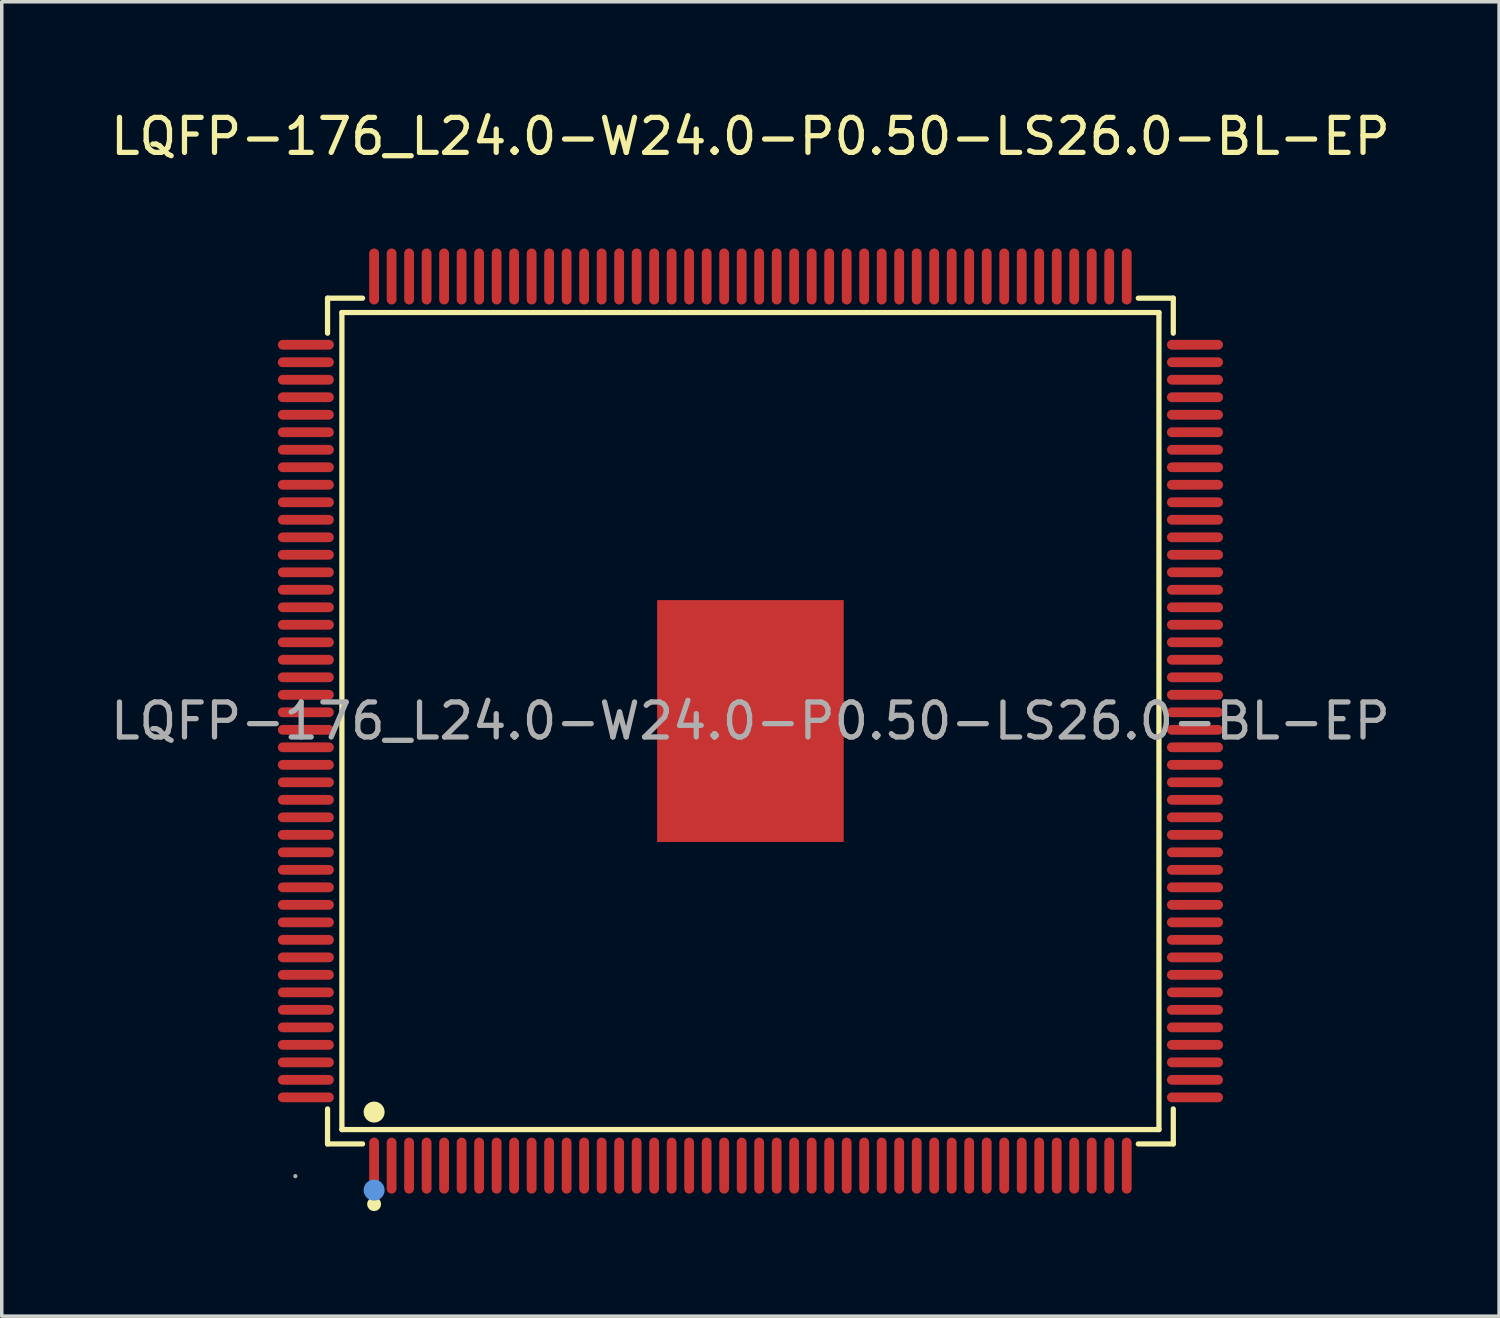
<source format=kicad_pcb>
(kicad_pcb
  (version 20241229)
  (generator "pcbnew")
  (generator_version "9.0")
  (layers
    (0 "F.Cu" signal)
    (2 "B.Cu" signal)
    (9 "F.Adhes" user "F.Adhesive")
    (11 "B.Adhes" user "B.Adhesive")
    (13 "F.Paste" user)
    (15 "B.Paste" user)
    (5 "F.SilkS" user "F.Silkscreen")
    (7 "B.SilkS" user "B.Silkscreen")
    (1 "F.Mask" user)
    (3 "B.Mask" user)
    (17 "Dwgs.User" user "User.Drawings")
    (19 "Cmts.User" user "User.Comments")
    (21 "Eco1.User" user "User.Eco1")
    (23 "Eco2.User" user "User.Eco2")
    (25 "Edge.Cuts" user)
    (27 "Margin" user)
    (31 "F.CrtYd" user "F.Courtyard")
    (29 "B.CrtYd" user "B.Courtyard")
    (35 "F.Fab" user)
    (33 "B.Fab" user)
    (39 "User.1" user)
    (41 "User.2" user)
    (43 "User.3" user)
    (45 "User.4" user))
  (footprint "LQFP-176_L24.0-W24.0-P0.50-LS26.0-BL-EP"
    (layer "F.Cu")
    (at 18.387 17.548)
    (property "Reference" "LQFP-176_L24.0-W24.0-P0.50-LS26.0-BL-EP" (at 0 -16.7 0) (layer "F.SilkS") (effects (font (size 1 1) (thickness 0.15))))
    (attr through_hole)
    (fp_line (start -12.08 -12.08) (end -11.08 -12.08) (stroke (width 0.15) (type solid)) (layer "F.SilkS"))
    (fp_line (start -12.08 -11.08) (end -12.08 -12.08) (stroke (width 0.15) (type solid)) (layer "F.SilkS"))
    (fp_line (start -12.08 11.08) (end -12.08 12.08) (stroke (width 0.15) (type solid)) (layer "F.SilkS"))
    (fp_line (start -12.08 12.08) (end -11.08 12.08) (stroke (width 0.15) (type solid)) (layer "F.SilkS"))
    (fp_line (start -11.67 -11.67) (end 11.67 -11.67) (stroke (width 0.15) (type solid)) (layer "F.SilkS"))
    (fp_line (start -11.67 11.67) (end -11.67 -11.67) (stroke (width 0.15) (type solid)) (layer "F.SilkS"))
    (fp_line (start 11.67 -11.67) (end 11.67 11.67) (stroke (width 0.15) (type solid)) (layer "F.SilkS"))
    (fp_line (start 11.67 11.67) (end -11.67 11.67) (stroke (width 0.15) (type solid)) (layer "F.SilkS"))
    (fp_line (start 12.08 -12.08) (end 11.08 -12.08) (stroke (width 0.15) (type solid)) (layer "F.SilkS"))
    (fp_line (start 12.08 -11.08) (end 12.08 -12.08) (stroke (width 0.15) (type solid)) (layer "F.SilkS"))
    (fp_line (start 12.08 11.08) (end 12.08 12.08) (stroke (width 0.15) (type solid)) (layer "F.SilkS"))
    (fp_line (start 12.08 12.08) (end 11.08 12.08) (stroke (width 0.15) (type solid)) (layer "F.SilkS"))
    (fp_circle (center -10.75 11.17) (end -10.6 11.17) (stroke (width 0.3) (type solid)) (fill no) (layer "F.SilkS"))
    (fp_circle (center -10.75 13.8) (end -10.65 13.8) (stroke (width 0.2) (type solid)) (fill no) (layer "F.SilkS"))
    (fp_circle (center -10.75 13.4) (end -10.6 13.4) (stroke (width 0.3) (type solid)) (fill no) (layer "Cmts.User"))
    (fp_circle (center -13 13) (end -12.97 13) (stroke (width 0.06) (type solid)) (fill no) (layer "F.Fab"))
    (fp_text user "${REFERENCE}" (at 0 0 0) (layer "F.Fab") (effects (font (size 1 1) (thickness 0.15))))
    (pad "1" smd oval (at -10.75 12.7) (size 0.28 1.6) (layers "F.Cu" "F.Mask" "F.Paste"))
    (pad "2" smd oval (at -10.25 12.7) (size 0.28 1.6) (layers "F.Cu" "F.Mask" "F.Paste"))
    (pad "3" smd oval (at -9.75 12.7) (size 0.28 1.6) (layers "F.Cu" "F.Mask" "F.Paste"))
    (pad "4" smd oval (at -9.25 12.7) (size 0.28 1.6) (layers "F.Cu" "F.Mask" "F.Paste"))
    (pad "5" smd oval (at -8.75 12.7) (size 0.28 1.6) (layers "F.Cu" "F.Mask" "F.Paste"))
    (pad "6" smd oval (at -8.25 12.7) (size 0.28 1.6) (layers "F.Cu" "F.Mask" "F.Paste"))
    (pad "7" smd oval (at -7.75 12.7) (size 0.28 1.6) (layers "F.Cu" "F.Mask" "F.Paste"))
    (pad "8" smd oval (at -7.25 12.7) (size 0.28 1.6) (layers "F.Cu" "F.Mask" "F.Paste"))
    (pad "9" smd oval (at -6.75 12.7) (size 0.28 1.6) (layers "F.Cu" "F.Mask" "F.Paste"))
    (pad "10" smd oval (at -6.25 12.7) (size 0.28 1.6) (layers "F.Cu" "F.Mask" "F.Paste"))
    (pad "11" smd oval (at -5.75 12.7) (size 0.28 1.6) (layers "F.Cu" "F.Mask" "F.Paste"))
    (pad "12" smd oval (at -5.25 12.7) (size 0.28 1.6) (layers "F.Cu" "F.Mask" "F.Paste"))
    (pad "13" smd oval (at -4.75 12.7) (size 0.28 1.6) (layers "F.Cu" "F.Mask" "F.Paste"))
    (pad "14" smd oval (at -4.25 12.7) (size 0.28 1.6) (layers "F.Cu" "F.Mask" "F.Paste"))
    (pad "15" smd oval (at -3.75 12.7) (size 0.28 1.6) (layers "F.Cu" "F.Mask" "F.Paste"))
    (pad "16" smd oval (at -3.25 12.7) (size 0.28 1.6) (layers "F.Cu" "F.Mask" "F.Paste"))
    (pad "17" smd oval (at -2.75 12.7) (size 0.28 1.6) (layers "F.Cu" "F.Mask" "F.Paste"))
    (pad "18" smd oval (at -2.25 12.7) (size 0.28 1.6) (layers "F.Cu" "F.Mask" "F.Paste"))
    (pad "19" smd oval (at -1.75 12.7) (size 0.28 1.6) (layers "F.Cu" "F.Mask" "F.Paste"))
    (pad "20" smd oval (at -1.25 12.7) (size 0.28 1.6) (layers "F.Cu" "F.Mask" "F.Paste"))
    (pad "21" smd oval (at -0.75 12.7) (size 0.28 1.6) (layers "F.Cu" "F.Mask" "F.Paste"))
    (pad "22" smd oval (at -0.25 12.7) (size 0.28 1.6) (layers "F.Cu" "F.Mask" "F.Paste"))
    (pad "23" smd oval (at 0.25 12.7) (size 0.28 1.6) (layers "F.Cu" "F.Mask" "F.Paste"))
    (pad "24" smd oval (at 0.75 12.7) (size 0.28 1.6) (layers "F.Cu" "F.Mask" "F.Paste"))
    (pad "25" smd oval (at 1.25 12.7) (size 0.28 1.6) (layers "F.Cu" "F.Mask" "F.Paste"))
    (pad "26" smd oval (at 1.75 12.7) (size 0.28 1.6) (layers "F.Cu" "F.Mask" "F.Paste"))
    (pad "27" smd oval (at 2.25 12.7) (size 0.28 1.6) (layers "F.Cu" "F.Mask" "F.Paste"))
    (pad "28" smd oval (at 2.75 12.7) (size 0.28 1.6) (layers "F.Cu" "F.Mask" "F.Paste"))
    (pad "29" smd oval (at 3.25 12.7) (size 0.28 1.6) (layers "F.Cu" "F.Mask" "F.Paste"))
    (pad "30" smd oval (at 3.75 12.7) (size 0.28 1.6) (layers "F.Cu" "F.Mask" "F.Paste"))
    (pad "31" smd oval (at 4.25 12.7) (size 0.28 1.6) (layers "F.Cu" "F.Mask" "F.Paste"))
    (pad "32" smd oval (at 4.75 12.7) (size 0.28 1.6) (layers "F.Cu" "F.Mask" "F.Paste"))
    (pad "33" smd oval (at 5.25 12.7) (size 0.28 1.6) (layers "F.Cu" "F.Mask" "F.Paste"))
    (pad "34" smd oval (at 5.75 12.7) (size 0.28 1.6) (layers "F.Cu" "F.Mask" "F.Paste"))
    (pad "35" smd oval (at 6.25 12.7) (size 0.28 1.6) (layers "F.Cu" "F.Mask" "F.Paste"))
    (pad "36" smd oval (at 6.75 12.7) (size 0.28 1.6) (layers "F.Cu" "F.Mask" "F.Paste"))
    (pad "37" smd oval (at 7.25 12.7) (size 0.28 1.6) (layers "F.Cu" "F.Mask" "F.Paste"))
    (pad "38" smd oval (at 7.75 12.7) (size 0.28 1.6) (layers "F.Cu" "F.Mask" "F.Paste"))
    (pad "39" smd oval (at 8.25 12.7) (size 0.28 1.6) (layers "F.Cu" "F.Mask" "F.Paste"))
    (pad "40" smd oval (at 8.75 12.7) (size 0.28 1.6) (layers "F.Cu" "F.Mask" "F.Paste"))
    (pad "41" smd oval (at 9.25 12.7) (size 0.28 1.6) (layers "F.Cu" "F.Mask" "F.Paste"))
    (pad "42" smd oval (at 9.75 12.7) (size 0.28 1.6) (layers "F.Cu" "F.Mask" "F.Paste"))
    (pad "43" smd oval (at 10.25 12.7) (size 0.28 1.6) (layers "F.Cu" "F.Mask" "F.Paste"))
    (pad "44" smd oval (at 10.75 12.7) (size 0.28 1.6) (layers "F.Cu" "F.Mask" "F.Paste"))
    (pad "45" smd oval (at 12.7 10.75) (size 1.6 0.28) (layers "F.Cu" "F.Mask" "F.Paste"))
    (pad "46" smd oval (at 12.7 10.25) (size 1.6 0.28) (layers "F.Cu" "F.Mask" "F.Paste"))
    (pad "47" smd oval (at 12.7 9.75) (size 1.6 0.28) (layers "F.Cu" "F.Mask" "F.Paste"))
    (pad "48" smd oval (at 12.7 9.25) (size 1.6 0.28) (layers "F.Cu" "F.Mask" "F.Paste"))
    (pad "49" smd oval (at 12.7 8.75) (size 1.6 0.28) (layers "F.Cu" "F.Mask" "F.Paste"))
    (pad "50" smd oval (at 12.7 8.25) (size 1.6 0.28) (layers "F.Cu" "F.Mask" "F.Paste"))
    (pad "51" smd oval (at 12.7 7.75) (size 1.6 0.28) (layers "F.Cu" "F.Mask" "F.Paste"))
    (pad "52" smd oval (at 12.7 7.25) (size 1.6 0.28) (layers "F.Cu" "F.Mask" "F.Paste"))
    (pad "53" smd oval (at 12.7 6.75) (size 1.6 0.28) (layers "F.Cu" "F.Mask" "F.Paste"))
    (pad "54" smd oval (at 12.7 6.25) (size 1.6 0.28) (layers "F.Cu" "F.Mask" "F.Paste"))
    (pad "55" smd oval (at 12.7 5.75) (size 1.6 0.28) (layers "F.Cu" "F.Mask" "F.Paste"))
    (pad "56" smd oval (at 12.7 5.25) (size 1.6 0.28) (layers "F.Cu" "F.Mask" "F.Paste"))
    (pad "57" smd oval (at 12.7 4.75) (size 1.6 0.28) (layers "F.Cu" "F.Mask" "F.Paste"))
    (pad "58" smd oval (at 12.7 4.25) (size 1.6 0.28) (layers "F.Cu" "F.Mask" "F.Paste"))
    (pad "59" smd oval (at 12.7 3.75) (size 1.6 0.28) (layers "F.Cu" "F.Mask" "F.Paste"))
    (pad "60" smd oval (at 12.7 3.25) (size 1.6 0.28) (layers "F.Cu" "F.Mask" "F.Paste"))
    (pad "61" smd oval (at 12.7 2.75) (size 1.6 0.28) (layers "F.Cu" "F.Mask" "F.Paste"))
    (pad "62" smd oval (at 12.7 2.25) (size 1.6 0.28) (layers "F.Cu" "F.Mask" "F.Paste"))
    (pad "63" smd oval (at 12.7 1.75) (size 1.6 0.28) (layers "F.Cu" "F.Mask" "F.Paste"))
    (pad "64" smd oval (at 12.7 1.25) (size 1.6 0.28) (layers "F.Cu" "F.Mask" "F.Paste"))
    (pad "65" smd oval (at 12.7 0.75) (size 1.6 0.28) (layers "F.Cu" "F.Mask" "F.Paste"))
    (pad "66" smd oval (at 12.7 0.25) (size 1.6 0.28) (layers "F.Cu" "F.Mask" "F.Paste"))
    (pad "67" smd oval (at 12.7 -0.25) (size 1.6 0.28) (layers "F.Cu" "F.Mask" "F.Paste"))
    (pad "68" smd oval (at 12.7 -0.75) (size 1.6 0.28) (layers "F.Cu" "F.Mask" "F.Paste"))
    (pad "69" smd oval (at 12.7 -1.25) (size 1.6 0.28) (layers "F.Cu" "F.Mask" "F.Paste"))
    (pad "70" smd oval (at 12.7 -1.75) (size 1.6 0.28) (layers "F.Cu" "F.Mask" "F.Paste"))
    (pad "71" smd oval (at 12.7 -2.25) (size 1.6 0.28) (layers "F.Cu" "F.Mask" "F.Paste"))
    (pad "72" smd oval (at 12.7 -2.75) (size 1.6 0.28) (layers "F.Cu" "F.Mask" "F.Paste"))
    (pad "73" smd oval (at 12.7 -3.25) (size 1.6 0.28) (layers "F.Cu" "F.Mask" "F.Paste"))
    (pad "74" smd oval (at 12.7 -3.75) (size 1.6 0.28) (layers "F.Cu" "F.Mask" "F.Paste"))
    (pad "75" smd oval (at 12.7 -4.25) (size 1.6 0.28) (layers "F.Cu" "F.Mask" "F.Paste"))
    (pad "76" smd oval (at 12.7 -4.75) (size 1.6 0.28) (layers "F.Cu" "F.Mask" "F.Paste"))
    (pad "77" smd oval (at 12.7 -5.25) (size 1.6 0.28) (layers "F.Cu" "F.Mask" "F.Paste"))
    (pad "78" smd oval (at 12.7 -5.75) (size 1.6 0.28) (layers "F.Cu" "F.Mask" "F.Paste"))
    (pad "79" smd oval (at 12.7 -6.25) (size 1.6 0.28) (layers "F.Cu" "F.Mask" "F.Paste"))
    (pad "80" smd oval (at 12.7 -6.75) (size 1.6 0.28) (layers "F.Cu" "F.Mask" "F.Paste"))
    (pad "81" smd oval (at 12.7 -7.25) (size 1.6 0.28) (layers "F.Cu" "F.Mask" "F.Paste"))
    (pad "82" smd oval (at 12.7 -7.75) (size 1.6 0.28) (layers "F.Cu" "F.Mask" "F.Paste"))
    (pad "83" smd oval (at 12.7 -8.25) (size 1.6 0.28) (layers "F.Cu" "F.Mask" "F.Paste"))
    (pad "84" smd oval (at 12.7 -8.75) (size 1.6 0.28) (layers "F.Cu" "F.Mask" "F.Paste"))
    (pad "85" smd oval (at 12.7 -9.25) (size 1.6 0.28) (layers "F.Cu" "F.Mask" "F.Paste"))
    (pad "86" smd oval (at 12.7 -9.75) (size 1.6 0.28) (layers "F.Cu" "F.Mask" "F.Paste"))
    (pad "87" smd oval (at 12.7 -10.25) (size 1.6 0.28) (layers "F.Cu" "F.Mask" "F.Paste"))
    (pad "88" smd oval (at 12.7 -10.75) (size 1.6 0.28) (layers "F.Cu" "F.Mask" "F.Paste"))
    (pad "89" smd oval (at 10.75 -12.7) (size 0.28 1.6) (layers "F.Cu" "F.Mask" "F.Paste"))
    (pad "90" smd oval (at 10.25 -12.7) (size 0.28 1.6) (layers "F.Cu" "F.Mask" "F.Paste"))
    (pad "91" smd oval (at 9.75 -12.7) (size 0.28 1.6) (layers "F.Cu" "F.Mask" "F.Paste"))
    (pad "92" smd oval (at 9.25 -12.7) (size 0.28 1.6) (layers "F.Cu" "F.Mask" "F.Paste"))
    (pad "93" smd oval (at 8.75 -12.7) (size 0.28 1.6) (layers "F.Cu" "F.Mask" "F.Paste"))
    (pad "94" smd oval (at 8.25 -12.7) (size 0.28 1.6) (layers "F.Cu" "F.Mask" "F.Paste"))
    (pad "95" smd oval (at 7.75 -12.7) (size 0.28 1.6) (layers "F.Cu" "F.Mask" "F.Paste"))
    (pad "96" smd oval (at 7.25 -12.7) (size 0.28 1.6) (layers "F.Cu" "F.Mask" "F.Paste"))
    (pad "97" smd oval (at 6.75 -12.7) (size 0.28 1.6) (layers "F.Cu" "F.Mask" "F.Paste"))
    (pad "98" smd oval (at 6.25 -12.7) (size 0.28 1.6) (layers "F.Cu" "F.Mask" "F.Paste"))
    (pad "99" smd oval (at 5.75 -12.7) (size 0.28 1.6) (layers "F.Cu" "F.Mask" "F.Paste"))
    (pad "100" smd oval (at 5.25 -12.7) (size 0.28 1.6) (layers "F.Cu" "F.Mask" "F.Paste"))
    (pad "101" smd oval (at 4.75 -12.7) (size 0.28 1.6) (layers "F.Cu" "F.Mask" "F.Paste"))
    (pad "102" smd oval (at 4.25 -12.7) (size 0.28 1.6) (layers "F.Cu" "F.Mask" "F.Paste"))
    (pad "103" smd oval (at 3.75 -12.7) (size 0.28 1.6) (layers "F.Cu" "F.Mask" "F.Paste"))
    (pad "104" smd oval (at 3.25 -12.7) (size 0.28 1.6) (layers "F.Cu" "F.Mask" "F.Paste"))
    (pad "105" smd oval (at 2.75 -12.7) (size 0.28 1.6) (layers "F.Cu" "F.Mask" "F.Paste"))
    (pad "106" smd oval (at 2.25 -12.7) (size 0.28 1.6) (layers "F.Cu" "F.Mask" "F.Paste"))
    (pad "107" smd oval (at 1.75 -12.7) (size 0.28 1.6) (layers "F.Cu" "F.Mask" "F.Paste"))
    (pad "108" smd oval (at 1.25 -12.7) (size 0.28 1.6) (layers "F.Cu" "F.Mask" "F.Paste"))
    (pad "109" smd oval (at 0.75 -12.7) (size 0.28 1.6) (layers "F.Cu" "F.Mask" "F.Paste"))
    (pad "110" smd oval (at 0.25 -12.7) (size 0.28 1.6) (layers "F.Cu" "F.Mask" "F.Paste"))
    (pad "111" smd oval (at -0.25 -12.7) (size 0.28 1.6) (layers "F.Cu" "F.Mask" "F.Paste"))
    (pad "112" smd oval (at -0.75 -12.7) (size 0.28 1.6) (layers "F.Cu" "F.Mask" "F.Paste"))
    (pad "113" smd oval (at -1.25 -12.7) (size 0.28 1.6) (layers "F.Cu" "F.Mask" "F.Paste"))
    (pad "114" smd oval (at -1.75 -12.7) (size 0.28 1.6) (layers "F.Cu" "F.Mask" "F.Paste"))
    (pad "115" smd oval (at -2.25 -12.7) (size 0.28 1.6) (layers "F.Cu" "F.Mask" "F.Paste"))
    (pad "116" smd oval (at -2.75 -12.7) (size 0.28 1.6) (layers "F.Cu" "F.Mask" "F.Paste"))
    (pad "117" smd oval (at -3.25 -12.7) (size 0.28 1.6) (layers "F.Cu" "F.Mask" "F.Paste"))
    (pad "118" smd oval (at -3.75 -12.7) (size 0.28 1.6) (layers "F.Cu" "F.Mask" "F.Paste"))
    (pad "119" smd oval (at -4.25 -12.7) (size 0.28 1.6) (layers "F.Cu" "F.Mask" "F.Paste"))
    (pad "120" smd oval (at -4.75 -12.7) (size 0.28 1.6) (layers "F.Cu" "F.Mask" "F.Paste"))
    (pad "121" smd oval (at -5.25 -12.7) (size 0.28 1.6) (layers "F.Cu" "F.Mask" "F.Paste"))
    (pad "122" smd oval (at -5.75 -12.7) (size 0.28 1.6) (layers "F.Cu" "F.Mask" "F.Paste"))
    (pad "123" smd oval (at -6.25 -12.7) (size 0.28 1.6) (layers "F.Cu" "F.Mask" "F.Paste"))
    (pad "124" smd oval (at -6.75 -12.7) (size 0.28 1.6) (layers "F.Cu" "F.Mask" "F.Paste"))
    (pad "125" smd oval (at -7.25 -12.7) (size 0.28 1.6) (layers "F.Cu" "F.Mask" "F.Paste"))
    (pad "126" smd oval (at -7.75 -12.7) (size 0.28 1.6) (layers "F.Cu" "F.Mask" "F.Paste"))
    (pad "127" smd oval (at -8.25 -12.7) (size 0.28 1.6) (layers "F.Cu" "F.Mask" "F.Paste"))
    (pad "128" smd oval (at -8.75 -12.7) (size 0.28 1.6) (layers "F.Cu" "F.Mask" "F.Paste"))
    (pad "129" smd oval (at -9.25 -12.7) (size 0.28 1.6) (layers "F.Cu" "F.Mask" "F.Paste"))
    (pad "130" smd oval (at -9.75 -12.7) (size 0.28 1.6) (layers "F.Cu" "F.Mask" "F.Paste"))
    (pad "131" smd oval (at -10.25 -12.7) (size 0.28 1.6) (layers "F.Cu" "F.Mask" "F.Paste"))
    (pad "132" smd oval (at -10.75 -12.7) (size 0.28 1.6) (layers "F.Cu" "F.Mask" "F.Paste"))
    (pad "133" smd oval (at -12.7 -10.75) (size 1.6 0.28) (layers "F.Cu" "F.Mask" "F.Paste"))
    (pad "134" smd oval (at -12.7 -10.25) (size 1.6 0.28) (layers "F.Cu" "F.Mask" "F.Paste"))
    (pad "135" smd oval (at -12.7 -9.75) (size 1.6 0.28) (layers "F.Cu" "F.Mask" "F.Paste"))
    (pad "136" smd oval (at -12.7 -9.25) (size 1.6 0.28) (layers "F.Cu" "F.Mask" "F.Paste"))
    (pad "137" smd oval (at -12.7 -8.75) (size 1.6 0.28) (layers "F.Cu" "F.Mask" "F.Paste"))
    (pad "138" smd oval (at -12.7 -8.25) (size 1.6 0.28) (layers "F.Cu" "F.Mask" "F.Paste"))
    (pad "139" smd oval (at -12.7 -7.75) (size 1.6 0.28) (layers "F.Cu" "F.Mask" "F.Paste"))
    (pad "140" smd oval (at -12.7 -7.25) (size 1.6 0.28) (layers "F.Cu" "F.Mask" "F.Paste"))
    (pad "141" smd oval (at -12.7 -6.75) (size 1.6 0.28) (layers "F.Cu" "F.Mask" "F.Paste"))
    (pad "142" smd oval (at -12.7 -6.25) (size 1.6 0.28) (layers "F.Cu" "F.Mask" "F.Paste"))
    (pad "143" smd oval (at -12.7 -5.75) (size 1.6 0.28) (layers "F.Cu" "F.Mask" "F.Paste"))
    (pad "144" smd oval (at -12.7 -5.25) (size 1.6 0.28) (layers "F.Cu" "F.Mask" "F.Paste"))
    (pad "145" smd oval (at -12.7 -4.75) (size 1.6 0.28) (layers "F.Cu" "F.Mask" "F.Paste"))
    (pad "146" smd oval (at -12.7 -4.25) (size 1.6 0.28) (layers "F.Cu" "F.Mask" "F.Paste"))
    (pad "147" smd oval (at -12.7 -3.75) (size 1.6 0.28) (layers "F.Cu" "F.Mask" "F.Paste"))
    (pad "148" smd oval (at -12.7 -3.25) (size 1.6 0.28) (layers "F.Cu" "F.Mask" "F.Paste"))
    (pad "149" smd oval (at -12.7 -2.75) (size 1.6 0.28) (layers "F.Cu" "F.Mask" "F.Paste"))
    (pad "150" smd oval (at -12.7 -2.25) (size 1.6 0.28) (layers "F.Cu" "F.Mask" "F.Paste"))
    (pad "151" smd oval (at -12.7 -1.75) (size 1.6 0.28) (layers "F.Cu" "F.Mask" "F.Paste"))
    (pad "152" smd oval (at -12.7 -1.25) (size 1.6 0.28) (layers "F.Cu" "F.Mask" "F.Paste"))
    (pad "153" smd oval (at -12.7 -0.75) (size 1.6 0.28) (layers "F.Cu" "F.Mask" "F.Paste"))
    (pad "154" smd oval (at -12.7 -0.25) (size 1.6 0.28) (layers "F.Cu" "F.Mask" "F.Paste"))
    (pad "155" smd oval (at -12.7 0.25) (size 1.6 0.28) (layers "F.Cu" "F.Mask" "F.Paste"))
    (pad "156" smd oval (at -12.7 0.75) (size 1.6 0.28) (layers "F.Cu" "F.Mask" "F.Paste"))
    (pad "157" smd oval (at -12.7 1.25) (size 1.6 0.28) (layers "F.Cu" "F.Mask" "F.Paste"))
    (pad "158" smd oval (at -12.7 1.75) (size 1.6 0.28) (layers "F.Cu" "F.Mask" "F.Paste"))
    (pad "159" smd oval (at -12.7 2.25) (size 1.6 0.28) (layers "F.Cu" "F.Mask" "F.Paste"))
    (pad "160" smd oval (at -12.7 2.75) (size 1.6 0.28) (layers "F.Cu" "F.Mask" "F.Paste"))
    (pad "161" smd oval (at -12.7 3.25) (size 1.6 0.28) (layers "F.Cu" "F.Mask" "F.Paste"))
    (pad "162" smd oval (at -12.7 3.75) (size 1.6 0.28) (layers "F.Cu" "F.Mask" "F.Paste"))
    (pad "163" smd oval (at -12.7 4.25) (size 1.6 0.28) (layers "F.Cu" "F.Mask" "F.Paste"))
    (pad "164" smd oval (at -12.7 4.75) (size 1.6 0.28) (layers "F.Cu" "F.Mask" "F.Paste"))
    (pad "165" smd oval (at -12.7 5.25) (size 1.6 0.28) (layers "F.Cu" "F.Mask" "F.Paste"))
    (pad "166" smd oval (at -12.7 5.75) (size 1.6 0.28) (layers "F.Cu" "F.Mask" "F.Paste"))
    (pad "167" smd oval (at -12.7 6.25) (size 1.6 0.28) (layers "F.Cu" "F.Mask" "F.Paste"))
    (pad "168" smd oval (at -12.7 6.75) (size 1.6 0.28) (layers "F.Cu" "F.Mask" "F.Paste"))
    (pad "169" smd oval (at -12.7 7.25) (size 1.6 0.28) (layers "F.Cu" "F.Mask" "F.Paste"))
    (pad "170" smd oval (at -12.7 7.75) (size 1.6 0.28) (layers "F.Cu" "F.Mask" "F.Paste"))
    (pad "171" smd oval (at -12.7 8.25) (size 1.6 0.28) (layers "F.Cu" "F.Mask" "F.Paste"))
    (pad "172" smd oval (at -12.7 8.75) (size 1.6 0.28) (layers "F.Cu" "F.Mask" "F.Paste"))
    (pad "173" smd oval (at -12.7 9.25) (size 1.6 0.28) (layers "F.Cu" "F.Mask" "F.Paste"))
    (pad "174" smd oval (at -12.7 9.75) (size 1.6 0.28) (layers "F.Cu" "F.Mask" "F.Paste"))
    (pad "175" smd oval (at -12.7 10.25) (size 1.6 0.28) (layers "F.Cu" "F.Mask" "F.Paste"))
    (pad "176" smd oval (at -12.7 10.75) (size 1.6 0.28) (layers "F.Cu" "F.Mask" "F.Paste"))
    (pad "177" smd rect (at 0 0) (size 5.33 6.91) (layers "F.Cu" "F.Mask" "F.Paste")))
  (gr_rect
    (start -3 -3)
    (end 39.774 34.548)
    (stroke (width 0.1) (type default))
    (fill no)
    (layer "Edge.Cuts")))
</source>
